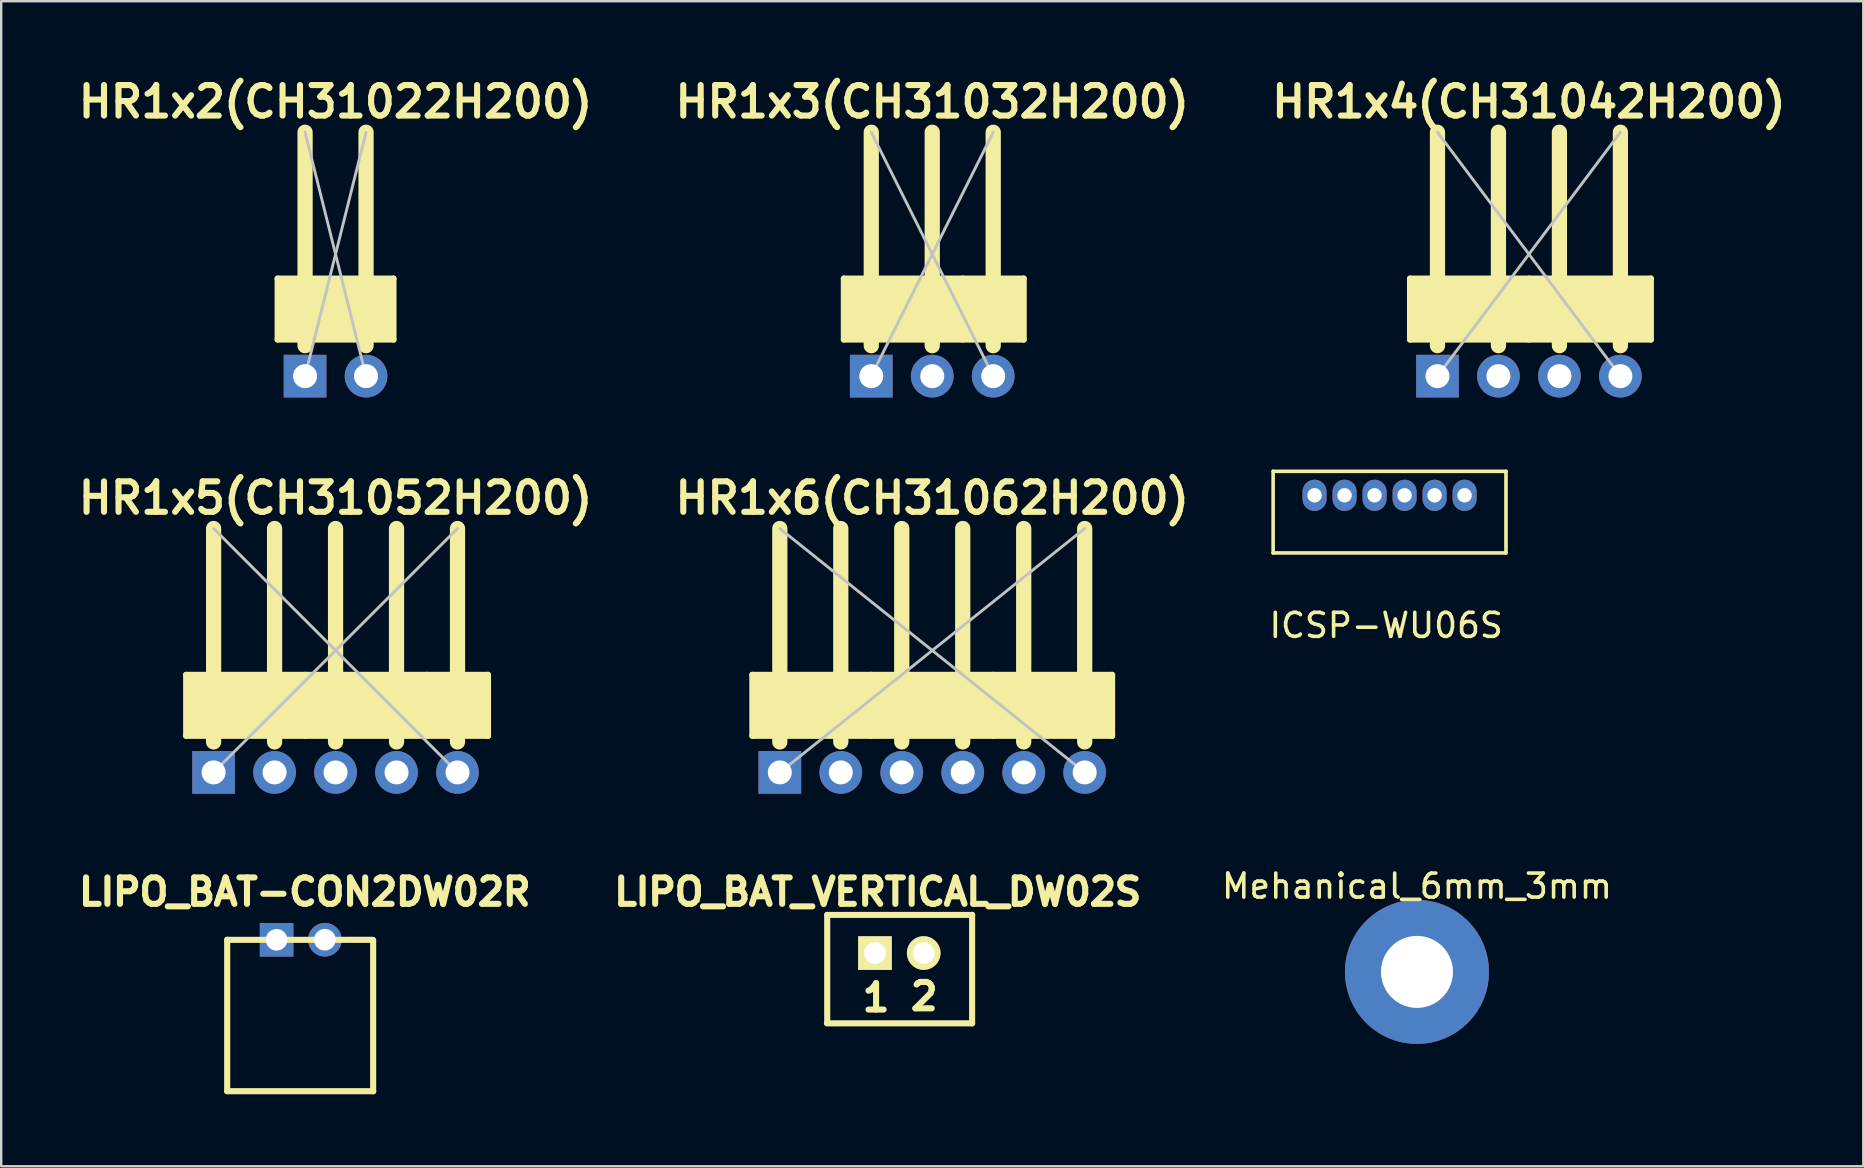
<source format=kicad_pcb>
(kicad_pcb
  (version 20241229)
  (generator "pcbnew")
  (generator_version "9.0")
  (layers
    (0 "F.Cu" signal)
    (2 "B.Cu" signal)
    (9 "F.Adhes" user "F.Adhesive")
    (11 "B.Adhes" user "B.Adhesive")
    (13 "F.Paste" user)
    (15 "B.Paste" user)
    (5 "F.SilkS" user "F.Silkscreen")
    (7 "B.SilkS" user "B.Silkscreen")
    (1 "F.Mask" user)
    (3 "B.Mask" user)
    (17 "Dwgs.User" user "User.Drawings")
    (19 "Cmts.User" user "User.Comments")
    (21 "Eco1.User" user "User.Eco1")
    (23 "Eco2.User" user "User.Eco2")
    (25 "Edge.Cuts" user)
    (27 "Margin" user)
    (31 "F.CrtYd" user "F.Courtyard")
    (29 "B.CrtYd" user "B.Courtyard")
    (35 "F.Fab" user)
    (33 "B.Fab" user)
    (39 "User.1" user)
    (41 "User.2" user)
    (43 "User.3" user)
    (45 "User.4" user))
  (footprint "LIPO_BAT_VERTICAL_DW02S"
    (layer "F.Cu")
    (at 34.427 40.188)
    (property "Reference" "LIPO_BAT_VERTICAL_DW02S" (at -0.914 -6.083 0) (layer "F.SilkS") (effects (font (size 1.1 1.1) (thickness 0.254))))
    (attr smd)
    (fp_line (start -3.03 -0.61) (end 3.018 -0.61) (stroke (width 0.254) (type solid)) (layer "F.SilkS"))
    (fp_line (start -3.018 -5.126) (end -3.018 -0.632) (stroke (width 0.254) (type solid)) (layer "F.SilkS"))
    (fp_line (start 3.018 -5.126) (end -3.018 -5.126) (stroke (width 0.254) (type solid)) (layer "F.SilkS"))
    (fp_line (start 3.018 -0.61) (end 3.018 -5.126) (stroke (width 0.254) (type solid)) (layer "F.SilkS"))
    (fp_text user "1" (at -0.983 -1.679 0) (layer "F.SilkS") (effects (font (size 1.1 1.1) (thickness 0.254))))
    (fp_text user "2" (at 1.021 -1.73 0) (layer "F.SilkS") (effects (font (size 1.1 1.1) (thickness 0.254))))
    (pad "1" thru_hole rect (at -1.029 -3.536) (size 1.4 1.4) (drill 0.9) (layers "*.Cu" "*.Mask" "F.SilkS"))
    (pad "2" thru_hole circle (at 1.001 -3.538) (size 1.4 1.4) (drill 0.9) (layers "*.Cu" "*.Mask" "F.SilkS")))
  (footprint "HR1x2(CH31022H200)"
    (layer "F.Cu")
    (at 10.928 7.539)
    (property "Reference" "HR1x2(CH31022H200)" (at 0 -6.35 0) (layer "F.SilkS") (effects (font (size 1.27 1.27) (thickness 0.254))))
    (attr exclude_from_pos_files exclude_from_bom)
    (fp_line (start -2.413 1.016) (end -2.413 3.556) (stroke (width 0.254) (type solid)) (layer "F.SilkS"))
    (fp_line (start -2.413 3.556) (end -1.27 3.556) (stroke (width 0.254) (type solid)) (layer "F.SilkS"))
    (fp_line (start -1.27 1.016) (end -2.413 1.016) (stroke (width 0.254) (type solid)) (layer "F.SilkS"))
    (fp_line (start -1.27 1.016) (end -1.27 -5.08) (stroke (width 0.635) (type solid)) (layer "F.SilkS"))
    (fp_line (start -1.27 3.556) (end -1.27 3.81) (stroke (width 0.635) (type solid)) (layer "F.SilkS"))
    (fp_line (start -1.27 3.556) (end 1.27 3.556) (stroke (width 0.254) (type solid)) (layer "F.SilkS"))
    (fp_line (start 1.27 1.016) (end -1.27 1.016) (stroke (width 0.254) (type solid)) (layer "F.SilkS"))
    (fp_line (start 1.27 1.016) (end 1.27 -5.08) (stroke (width 0.635) (type solid)) (layer "F.SilkS"))
    (fp_line (start 1.27 3.556) (end 1.27 3.81) (stroke (width 0.635) (type solid)) (layer "F.SilkS"))
    (fp_line (start 1.27 3.556) (end 2.413 3.556) (stroke (width 0.254) (type solid)) (layer "F.SilkS"))
    (fp_line (start 2.413 1.016) (end 1.27 1.016) (stroke (width 0.254) (type solid)) (layer "F.SilkS"))
    (fp_line (start 2.413 3.556) (end 2.413 1.016) (stroke (width 0.254) (type solid)) (layer "F.SilkS"))
    (fp_poly (pts (xy -2.413 1.016) (xy 2.413 1.016) (xy 2.413 3.556) (xy -2.413 3.556)) (stroke (width 0.1) (type solid)) (fill yes) (layer "F.SilkS"))
    (fp_line (start -1.27 -5.08) (end 1.27 5.08) (stroke (width 0.12) (type solid)) (layer "Dwgs.User"))
    (fp_line (start 1.27 -5.08) (end -1.27 5.08) (stroke (width 0.12) (type solid)) (layer "Dwgs.User"))
    (pad "1" thru_hole rect (at -1.27 5.08) (size 1.778 1.778) (drill 1) (layers "*.Cu" "*.Mask"))
    (pad "2" thru_hole circle (at 1.27 5.08) (size 1.778 1.778) (drill 1) (layers "*.Cu" "*.Mask")))
  (footprint "HR1x3(CH31032H200)"
    (layer "F.Cu")
    (at 35.784 7.539)
    (property "Reference" "HR1x3(CH31032H200)" (at 0 -6.35 0) (layer "F.SilkS") (effects (font (size 1.27 1.27) (thickness 0.254))))
    (attr exclude_from_pos_files exclude_from_bom)
    (fp_line (start -3.683 1.016) (end -3.683 3.556) (stroke (width 0.254) (type solid)) (layer "F.SilkS"))
    (fp_line (start -3.683 3.556) (end -2.54 3.556) (stroke (width 0.254) (type solid)) (layer "F.SilkS"))
    (fp_line (start -2.54 1.016) (end -3.683 1.016) (stroke (width 0.254) (type solid)) (layer "F.SilkS"))
    (fp_line (start -2.54 1.016) (end -2.54 -5.08) (stroke (width 0.635) (type solid)) (layer "F.SilkS"))
    (fp_line (start -2.54 3.556) (end -2.54 3.81) (stroke (width 0.635) (type solid)) (layer "F.SilkS"))
    (fp_line (start -2.54 3.556) (end 0 3.556) (stroke (width 0.254) (type solid)) (layer "F.SilkS"))
    (fp_line (start 0 1.016) (end -2.54 1.016) (stroke (width 0.254) (type solid)) (layer "F.SilkS"))
    (fp_line (start 0 1.016) (end 0 -5.08) (stroke (width 0.635) (type solid)) (layer "F.SilkS"))
    (fp_line (start 0 3.556) (end 0 3.81) (stroke (width 0.635) (type solid)) (layer "F.SilkS"))
    (fp_line (start 0 3.556) (end 1.27 3.556) (stroke (width 0.254) (type solid)) (layer "F.SilkS"))
    (fp_line (start 1.27 1.016) (end 0 1.016) (stroke (width 0.254) (type solid)) (layer "F.SilkS"))
    (fp_line (start 1.27 3.556) (end 2.54 3.556) (stroke (width 0.254) (type solid)) (layer "F.SilkS"))
    (fp_line (start 2.54 1.016) (end 1.27 1.016) (stroke (width 0.254) (type solid)) (layer "F.SilkS"))
    (fp_line (start 2.54 1.016) (end 2.54 -5.08) (stroke (width 0.635) (type solid)) (layer "F.SilkS"))
    (fp_line (start 2.54 3.556) (end 2.54 3.81) (stroke (width 0.635) (type solid)) (layer "F.SilkS"))
    (fp_line (start 2.54 3.556) (end 3.81 3.556) (stroke (width 0.254) (type solid)) (layer "F.SilkS"))
    (fp_line (start 3.81 1.016) (end 2.54 1.016) (stroke (width 0.254) (type solid)) (layer "F.SilkS"))
    (fp_line (start 3.81 3.556) (end 3.81 1.016) (stroke (width 0.254) (type solid)) (layer "F.SilkS"))
    (fp_poly (pts (xy -3.683 1.016) (xy 3.81 1.016) (xy 3.81 3.556) (xy -3.683 3.556)) (stroke (width 0.1) (type solid)) (fill yes) (layer "F.SilkS"))
    (fp_line (start -2.54 -5.08) (end 2.54 5.08) (stroke (width 0.12) (type solid)) (layer "Dwgs.User"))
    (fp_line (start 2.54 -5.08) (end -2.54 5.08) (stroke (width 0.12) (type solid)) (layer "Dwgs.User"))
    (pad "1" thru_hole rect (at -2.54 5.08) (size 1.778 1.778) (drill 1) (layers "*.Cu" "*.Mask"))
    (pad "2" thru_hole circle (at 0 5.08) (size 1.778 1.778) (drill 1) (layers "*.Cu" "*.Mask"))
    (pad "3" thru_hole circle (at 2.54 5.08) (size 1.778 1.778) (drill 1) (layers "*.Cu" "*.Mask")))
  (footprint "Mehanical_6mm_3mm"
    (layer "F.Cu")
    (at 55.976 37.464)
    (property "Reference" "Mehanical_6mm_3mm" (at 0 -3.6 0) (layer "F.SilkS") (effects (font (size 1 1) (thickness 0.15))))
    (attr smd)
    (pad "1" thru_hole circle (at 0 -0.028 90) (size 6 6) (drill 3) (layers "*.Cu" "*.Mask")))
  (footprint "HR1x6(CH31062H200)"
    (layer "F.Cu")
    (at 35.784 24.046)
    (property "Reference" "HR1x6(CH31062H200)" (at 0 -6.35 0) (layer "F.SilkS") (effects (font (size 1.27 1.27) (thickness 0.254))))
    (attr exclude_from_pos_files exclude_from_bom)
    (fp_line (start -7.493 1.016) (end -7.493 3.556) (stroke (width 0.254) (type solid)) (layer "F.SilkS"))
    (fp_line (start -7.493 3.556) (end -6.35 3.556) (stroke (width 0.254) (type solid)) (layer "F.SilkS"))
    (fp_line (start -6.35 1.016) (end -7.493 1.016) (stroke (width 0.254) (type solid)) (layer "F.SilkS"))
    (fp_line (start -6.35 1.016) (end -6.35 -5.08) (stroke (width 0.635) (type solid)) (layer "F.SilkS"))
    (fp_line (start -6.35 3.556) (end -6.35 3.81) (stroke (width 0.635) (type solid)) (layer "F.SilkS"))
    (fp_line (start -6.35 3.556) (end -3.81 3.556) (stroke (width 0.254) (type solid)) (layer "F.SilkS"))
    (fp_line (start -3.81 1.016) (end -6.35 1.016) (stroke (width 0.254) (type solid)) (layer "F.SilkS"))
    (fp_line (start -3.81 1.016) (end -3.81 -5.08) (stroke (width 0.635) (type solid)) (layer "F.SilkS"))
    (fp_line (start -3.81 3.556) (end -3.81 3.81) (stroke (width 0.635) (type solid)) (layer "F.SilkS"))
    (fp_line (start -3.81 3.556) (end -2.54 3.556) (stroke (width 0.254) (type solid)) (layer "F.SilkS"))
    (fp_line (start -2.54 1.016) (end -3.81 1.016) (stroke (width 0.254) (type solid)) (layer "F.SilkS"))
    (fp_line (start -2.54 3.556) (end -1.27 3.556) (stroke (width 0.254) (type solid)) (layer "F.SilkS"))
    (fp_line (start -1.27 1.016) (end -2.54 1.016) (stroke (width 0.254) (type solid)) (layer "F.SilkS"))
    (fp_line (start -1.27 1.016) (end -1.27 -5.08) (stroke (width 0.635) (type solid)) (layer "F.SilkS"))
    (fp_line (start -1.27 3.556) (end -1.27 3.81) (stroke (width 0.635) (type solid)) (layer "F.SilkS"))
    (fp_line (start -1.27 3.556) (end 1.27 3.556) (stroke (width 0.254) (type solid)) (layer "F.SilkS"))
    (fp_line (start 1.27 1.016) (end -1.27 1.016) (stroke (width 0.254) (type solid)) (layer "F.SilkS"))
    (fp_line (start 1.27 1.016) (end 1.27 -5.08) (stroke (width 0.635) (type solid)) (layer "F.SilkS"))
    (fp_line (start 1.27 3.556) (end 1.27 3.81) (stroke (width 0.635) (type solid)) (layer "F.SilkS"))
    (fp_line (start 1.27 3.556) (end 2.54 3.556) (stroke (width 0.254) (type solid)) (layer "F.SilkS"))
    (fp_line (start 2.54 1.016) (end 1.27 1.016) (stroke (width 0.254) (type solid)) (layer "F.SilkS"))
    (fp_line (start 2.54 3.556) (end 3.81 3.556) (stroke (width 0.254) (type solid)) (layer "F.SilkS"))
    (fp_line (start 3.81 1.016) (end 2.54 1.016) (stroke (width 0.254) (type solid)) (layer "F.SilkS"))
    (fp_line (start 3.81 1.016) (end 3.81 -5.08) (stroke (width 0.635) (type solid)) (layer "F.SilkS"))
    (fp_line (start 3.81 3.556) (end 3.81 3.81) (stroke (width 0.635) (type solid)) (layer "F.SilkS"))
    (fp_line (start 3.81 3.556) (end 6.35 3.556) (stroke (width 0.254) (type solid)) (layer "F.SilkS"))
    (fp_line (start 6.35 1.016) (end 3.81 1.016) (stroke (width 0.254) (type solid)) (layer "F.SilkS"))
    (fp_line (start 6.35 1.016) (end 6.35 -5.08) (stroke (width 0.635) (type solid)) (layer "F.SilkS"))
    (fp_line (start 6.35 3.556) (end 6.35 3.81) (stroke (width 0.635) (type solid)) (layer "F.SilkS"))
    (fp_line (start 6.35 3.556) (end 7.493 3.556) (stroke (width 0.254) (type solid)) (layer "F.SilkS"))
    (fp_line (start 7.493 1.016) (end 6.35 1.016) (stroke (width 0.254) (type solid)) (layer "F.SilkS"))
    (fp_line (start 7.493 3.556) (end 7.493 1.016) (stroke (width 0.254) (type solid)) (layer "F.SilkS"))
    (fp_poly (pts (xy -7.493 1.016) (xy 7.493 1.016) (xy 7.493 3.556) (xy -7.493 3.556)) (stroke (width 0.1) (type solid)) (fill yes) (layer "F.SilkS"))
    (fp_line (start -6.35 -5.08) (end 6.35 5.08) (stroke (width 0.12) (type solid)) (layer "Dwgs.User"))
    (fp_line (start 6.35 -5.08) (end -6.35 5.08) (stroke (width 0.12) (type solid)) (layer "Dwgs.User"))
    (pad "1" thru_hole rect (at -6.35 5.08) (size 1.778 1.778) (drill 1) (layers "*.Cu" "*.Mask"))
    (pad "2" thru_hole circle (at -3.81 5.08) (size 1.778 1.778) (drill 1) (layers "*.Cu" "*.Mask"))
    (pad "3" thru_hole circle (at -1.27 5.08) (size 1.778 1.778) (drill 1) (layers "*.Cu" "*.Mask"))
    (pad "4" thru_hole circle (at 1.27 5.08) (size 1.778 1.778) (drill 1) (layers "*.Cu" "*.Mask"))
    (pad "5" thru_hole circle (at 3.81 5.08) (size 1.778 1.778) (drill 1) (layers "*.Cu" "*.Mask"))
    (pad "6" thru_hole circle (at 6.35 5.08) (size 1.778 1.778) (drill 1) (layers "*.Cu" "*.Mask")))
  (footprint "HR1x4(CH31042H200)"
    (layer "F.Cu")
    (at 60.64 7.539)
    (property "Reference" "HR1x4(CH31042H200)" (at 0 -6.35 0) (layer "F.SilkS") (effects (font (size 1.27 1.27) (thickness 0.254))))
    (attr exclude_from_pos_files exclude_from_bom)
    (fp_line (start -4.953 1.016) (end -4.953 3.556) (stroke (width 0.254) (type solid)) (layer "F.SilkS"))
    (fp_line (start -4.953 3.556) (end -3.81 3.556) (stroke (width 0.254) (type solid)) (layer "F.SilkS"))
    (fp_line (start -3.81 1.016) (end -4.953 1.016) (stroke (width 0.254) (type solid)) (layer "F.SilkS"))
    (fp_line (start -3.81 1.016) (end -3.81 -5.08) (stroke (width 0.635) (type solid)) (layer "F.SilkS"))
    (fp_line (start -3.81 3.556) (end -3.81 3.81) (stroke (width 0.635) (type solid)) (layer "F.SilkS"))
    (fp_line (start -3.81 3.556) (end -1.27 3.556) (stroke (width 0.254) (type solid)) (layer "F.SilkS"))
    (fp_line (start -1.27 1.016) (end -3.81 1.016) (stroke (width 0.254) (type solid)) (layer "F.SilkS"))
    (fp_line (start -1.27 1.016) (end -1.27 -5.08) (stroke (width 0.635) (type solid)) (layer "F.SilkS"))
    (fp_line (start -1.27 3.556) (end -1.27 3.81) (stroke (width 0.635) (type solid)) (layer "F.SilkS"))
    (fp_line (start -1.27 3.556) (end 0 3.556) (stroke (width 0.254) (type solid)) (layer "F.SilkS"))
    (fp_line (start 0 1.016) (end -1.27 1.016) (stroke (width 0.254) (type solid)) (layer "F.SilkS"))
    (fp_line (start 0 3.556) (end 1.27 3.556) (stroke (width 0.254) (type solid)) (layer "F.SilkS"))
    (fp_line (start 1.27 1.016) (end 0 1.016) (stroke (width 0.254) (type solid)) (layer "F.SilkS"))
    (fp_line (start 1.27 1.016) (end 1.27 -5.08) (stroke (width 0.635) (type solid)) (layer "F.SilkS"))
    (fp_line (start 1.27 3.556) (end 1.27 3.81) (stroke (width 0.635) (type solid)) (layer "F.SilkS"))
    (fp_line (start 1.27 3.556) (end 3.81 3.556) (stroke (width 0.254) (type solid)) (layer "F.SilkS"))
    (fp_line (start 3.81 1.016) (end 1.27 1.016) (stroke (width 0.254) (type solid)) (layer "F.SilkS"))
    (fp_line (start 3.81 1.016) (end 3.81 -5.08) (stroke (width 0.635) (type solid)) (layer "F.SilkS"))
    (fp_line (start 3.81 3.556) (end 3.81 3.81) (stroke (width 0.635) (type solid)) (layer "F.SilkS"))
    (fp_line (start 3.81 3.556) (end 5.08 3.556) (stroke (width 0.254) (type solid)) (layer "F.SilkS"))
    (fp_line (start 5.08 1.016) (end 3.81 1.016) (stroke (width 0.254) (type solid)) (layer "F.SilkS"))
    (fp_line (start 5.08 3.556) (end 5.08 1.016) (stroke (width 0.254) (type solid)) (layer "F.SilkS"))
    (fp_poly (pts (xy -4.953 1.016) (xy 5.08 1.016) (xy 5.08 3.556) (xy -4.953 3.556)) (stroke (width 0.1) (type solid)) (fill yes) (layer "F.SilkS"))
    (fp_line (start -3.81 -5.08) (end 3.81 5.08) (stroke (width 0.12) (type solid)) (layer "Dwgs.User"))
    (fp_line (start 3.81 -5.08) (end -3.81 5.08) (stroke (width 0.12) (type solid)) (layer "Dwgs.User"))
    (pad "1" thru_hole rect (at -3.81 5.08) (size 1.778 1.778) (drill 1) (layers "*.Cu" "*.Mask"))
    (pad "2" thru_hole circle (at -1.27 5.08) (size 1.778 1.778) (drill 1) (layers "*.Cu" "*.Mask"))
    (pad "3" thru_hole circle (at 1.27 5.08) (size 1.778 1.778) (drill 1) (layers "*.Cu" "*.Mask"))
    (pad "4" thru_hole circle (at 3.81 5.08) (size 1.778 1.778) (drill 1) (layers "*.Cu" "*.Mask")))
  (footprint "HR1x5(CH31052H200)"
    (layer "F.Cu")
    (at 10.928 24.046)
    (property "Reference" "HR1x5(CH31052H200)" (at 0 -6.35 0) (layer "F.SilkS") (effects (font (size 1.27 1.27) (thickness 0.254))))
    (attr exclude_from_pos_files exclude_from_bom)
    (fp_line (start -6.223 1.016) (end -6.223 3.556) (stroke (width 0.254) (type solid)) (layer "F.SilkS"))
    (fp_line (start -6.223 3.556) (end -5.08 3.556) (stroke (width 0.254) (type solid)) (layer "F.SilkS"))
    (fp_line (start -5.08 1.016) (end -6.223 1.016) (stroke (width 0.254) (type solid)) (layer "F.SilkS"))
    (fp_line (start -5.08 1.016) (end -5.08 -5.08) (stroke (width 0.635) (type solid)) (layer "F.SilkS"))
    (fp_line (start -5.08 3.556) (end -5.08 3.81) (stroke (width 0.635) (type solid)) (layer "F.SilkS"))
    (fp_line (start -5.08 3.556) (end -2.54 3.556) (stroke (width 0.254) (type solid)) (layer "F.SilkS"))
    (fp_line (start -2.54 1.016) (end -5.08 1.016) (stroke (width 0.254) (type solid)) (layer "F.SilkS"))
    (fp_line (start -2.54 1.016) (end -2.54 -5.08) (stroke (width 0.635) (type solid)) (layer "F.SilkS"))
    (fp_line (start -2.54 3.556) (end -2.54 3.81) (stroke (width 0.635) (type solid)) (layer "F.SilkS"))
    (fp_line (start -2.54 3.556) (end -1.27 3.556) (stroke (width 0.254) (type solid)) (layer "F.SilkS"))
    (fp_line (start -1.27 1.016) (end -2.54 1.016) (stroke (width 0.254) (type solid)) (layer "F.SilkS"))
    (fp_line (start -1.27 3.556) (end 0 3.556) (stroke (width 0.254) (type solid)) (layer "F.SilkS"))
    (fp_line (start 0 1.016) (end -1.27 1.016) (stroke (width 0.254) (type solid)) (layer "F.SilkS"))
    (fp_line (start 0 1.016) (end 0 -5.08) (stroke (width 0.635) (type solid)) (layer "F.SilkS"))
    (fp_line (start 0 3.556) (end 0 3.81) (stroke (width 0.635) (type solid)) (layer "F.SilkS"))
    (fp_line (start 0 3.556) (end 2.54 3.556) (stroke (width 0.254) (type solid)) (layer "F.SilkS"))
    (fp_line (start 2.54 1.016) (end 0 1.016) (stroke (width 0.254) (type solid)) (layer "F.SilkS"))
    (fp_line (start 2.54 1.016) (end 2.54 -5.08) (stroke (width 0.635) (type solid)) (layer "F.SilkS"))
    (fp_line (start 2.54 3.556) (end 2.54 3.81) (stroke (width 0.635) (type solid)) (layer "F.SilkS"))
    (fp_line (start 2.54 3.556) (end 3.81 3.556) (stroke (width 0.254) (type solid)) (layer "F.SilkS"))
    (fp_line (start 3.81 1.016) (end 2.54 1.016) (stroke (width 0.254) (type solid)) (layer "F.SilkS"))
    (fp_line (start 3.81 3.556) (end 5.08 3.556) (stroke (width 0.254) (type solid)) (layer "F.SilkS"))
    (fp_line (start 5.08 1.016) (end 3.81 1.016) (stroke (width 0.254) (type solid)) (layer "F.SilkS"))
    (fp_line (start 5.08 1.016) (end 5.08 -5.08) (stroke (width 0.635) (type solid)) (layer "F.SilkS"))
    (fp_line (start 5.08 3.556) (end 5.08 3.81) (stroke (width 0.635) (type solid)) (layer "F.SilkS"))
    (fp_line (start 5.08 3.556) (end 6.35 3.556) (stroke (width 0.254) (type solid)) (layer "F.SilkS"))
    (fp_line (start 6.35 1.016) (end 5.08 1.016) (stroke (width 0.254) (type solid)) (layer "F.SilkS"))
    (fp_line (start 6.35 3.556) (end 6.35 1.016) (stroke (width 0.254) (type solid)) (layer "F.SilkS"))
    (fp_poly (pts (xy -6.223 1.016) (xy 6.35 1.016) (xy 6.35 3.556) (xy -6.223 3.556)) (stroke (width 0.1) (type solid)) (fill yes) (layer "F.SilkS"))
    (fp_line (start -5.08 -5.08) (end 5.08 5.08) (stroke (width 0.12) (type solid)) (layer "Dwgs.User"))
    (fp_line (start 5.08 -5.08) (end -5.08 5.08) (stroke (width 0.12) (type solid)) (layer "Dwgs.User"))
    (pad "1" thru_hole rect (at -5.08 5.08) (size 1.778 1.778) (drill 1) (layers "*.Cu" "*.Mask"))
    (pad "2" thru_hole circle (at -2.54 5.08) (size 1.778 1.778) (drill 1) (layers "*.Cu" "*.Mask"))
    (pad "3" thru_hole circle (at 0 5.08) (size 1.778 1.778) (drill 1) (layers "*.Cu" "*.Mask"))
    (pad "4" thru_hole circle (at 2.54 5.08) (size 1.778 1.778) (drill 1) (layers "*.Cu" "*.Mask"))
    (pad "5" thru_hole circle (at 5.08 5.08) (size 1.778 1.778) (drill 1) (layers "*.Cu" "*.Mask")))
  (footprint "LIPO_BAT-CON2DW02R"
    (layer "F.Cu")
    (at 9.48 39.251)
    (property "Reference" "LIPO_BAT-CON2DW02R" (at 0.168 -5.146 0) (layer "F.SilkS") (effects (font (size 1.1 1.1) (thickness 0.254))))
    (attr smd)
    (fp_line (start -3.066 -3.155) (end -3.066 3.155) (stroke (width 0.254) (type solid)) (layer "F.SilkS"))
    (fp_line (start -3.066 3.155) (end 3.015 3.155) (stroke (width 0.254) (type solid)) (layer "F.SilkS"))
    (fp_line (start -3.063 -3.15) (end 2.992 -3.152) (stroke (width 0.254) (type solid)) (layer "F.SilkS"))
    (fp_line (start 3.015 3.155) (end 3.015 -3.139) (stroke (width 0.254) (type solid)) (layer "F.SilkS"))
    (pad "1" thru_hole rect (at -1.008 -3.152) (size 1.4 1.4) (drill 0.9) (layers "*.Cu" "*.Mask"))
    (pad "2" thru_hole circle (at 1.003 -3.155) (size 1.4 1.4) (drill 0.9) (layers "*.Cu" "*.Mask")))
  (footprint "ICSP-WU06S"
    (layer "F.Cu")
    (at 54.834 17.583)
    (property "Reference" "ICSP-WU06S" (at -0.14 5.42 0) (layer "F.SilkS") (effects (font (size 1 1) (thickness 0.15))))
    (attr smd)
    (fp_line (start -4.85 -1) (end 4.85 -1) (stroke (width 0.15) (type solid)) (layer "F.SilkS"))
    (fp_line (start -4.85 2.4) (end -4.85 -1) (stroke (width 0.15) (type solid)) (layer "F.SilkS"))
    (fp_line (start 4.85 -1) (end 4.85 2.4) (stroke (width 0.15) (type solid)) (layer "F.SilkS"))
    (fp_line (start 4.85 2.4) (end -4.85 2.4) (stroke (width 0.15) (type solid)) (layer "F.SilkS"))
    (pad "1" thru_hole oval (at -3.125 0) (size 1 1.3) (drill 0.6) (layers "*.Cu" "*.Mask"))
    (pad "2" thru_hole oval (at -1.875 0) (size 1 1.3) (drill 0.6) (layers "*.Cu" "*.Mask"))
    (pad "3" thru_hole oval (at -0.625 0) (size 1 1.3) (drill 0.6) (layers "*.Cu" "*.Mask"))
    (pad "4" thru_hole oval (at 0.625 0) (size 1 1.3) (drill 0.6) (layers "*.Cu" "*.Mask"))
    (pad "5" thru_hole oval (at 1.875 0) (size 1 1.3) (drill 0.6) (layers "*.Cu" "*.Mask"))
    (pad "6" thru_hole oval (at 3.125 0) (size 1 1.3) (drill 0.6) (layers "*.Cu" "*.Mask")))
  (gr_rect
    (start -3 -3)
    (end 74.568 45.532)
    (stroke (width 0.1) (type default))
    (fill no)
    (layer "Edge.Cuts")))
</source>
